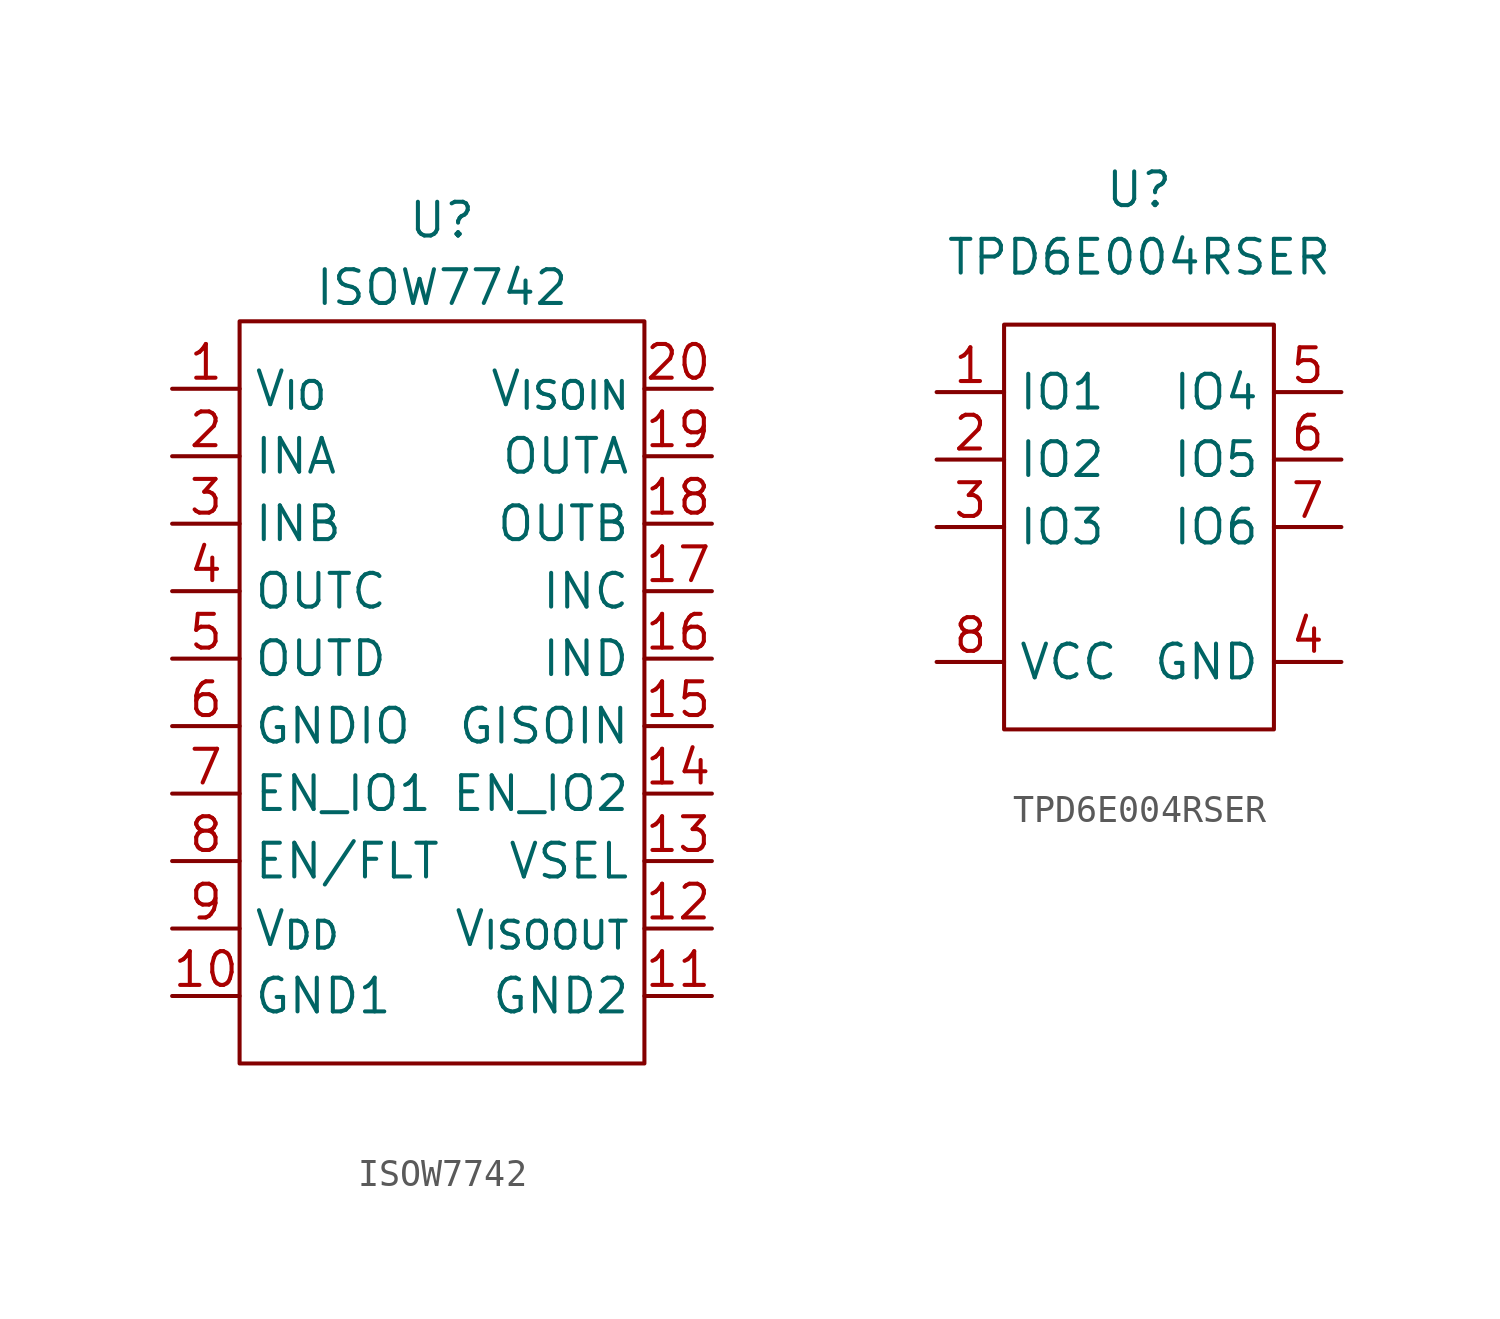
<source format=kicad_sym>
(kicad_symbol_lib
  (version 20211014)
  (generator kicad_symbol_editor)
  (symbol "ISOW7742"
    (property "Reference" "U"
      (at 0 19.05 0)
      (effects (font (size 1.27 1.27))))
    (property "Value" "ISOW7742"
      (at 0 16.51 0)
      (effects (font (size 1.27 1.27))))
    (symbol "ISOW7742_0_1"
      (rectangle (start -7.62 15.24) (end 7.62 -12.7) (stroke (width 0) (type default) (color 0 0 0 0)) (fill (type none))))
    (symbol "ISOW7742_1_1"
      (pin input line (at -10.16 12.7 0) (length 2.54) (name "V_{IO}" (effects (font (size 1.27 1.27)))) (number "1" (effects (font (size 1.27 1.27)))))
      (pin input line (at -10.16 -10.16 0) (length 2.54) (name "GND1" (effects (font (size 1.27 1.27)))) (number "10" (effects (font (size 1.27 1.27)))))
      (pin input line (at 10.16 -10.16 180) (length 2.54) (name "GND2" (effects (font (size 1.27 1.27)))) (number "11" (effects (font (size 1.27 1.27)))))
      (pin input line (at 10.16 -7.62 180) (length 2.54) (name "V_{ISOOUT}" (effects (font (size 1.27 1.27)))) (number "12" (effects (font (size 1.27 1.27)))))
      (pin input line (at 10.16 -5.08 180) (length 2.54) (name "VSEL" (effects (font (size 1.27 1.27)))) (number "13" (effects (font (size 1.27 1.27)))))
      (pin input line (at 10.16 -2.54 180) (length 2.54) (name "EN_IO2" (effects (font (size 1.27 1.27)))) (number "14" (effects (font (size 1.27 1.27)))))
      (pin input line (at 10.16 0 180) (length 2.54) (name "GISOIN" (effects (font (size 1.27 1.27)))) (number "15" (effects (font (size 1.27 1.27)))))
      (pin input line (at 10.16 2.54 180) (length 2.54) (name "IND" (effects (font (size 1.27 1.27)))) (number "16" (effects (font (size 1.27 1.27)))))
      (pin input line (at 10.16 5.08 180) (length 2.54) (name "INC" (effects (font (size 1.27 1.27)))) (number "17" (effects (font (size 1.27 1.27)))))
      (pin input line (at 10.16 7.62 180) (length 2.54) (name "OUTB" (effects (font (size 1.27 1.27)))) (number "18" (effects (font (size 1.27 1.27)))))
      (pin input line (at 10.16 10.16 180) (length 2.54) (name "OUTA" (effects (font (size 1.27 1.27)))) (number "19" (effects (font (size 1.27 1.27)))))
      (pin input line (at -10.16 10.16 0) (length 2.54) (name "INA" (effects (font (size 1.27 1.27)))) (number "2" (effects (font (size 1.27 1.27)))))
      (pin input line (at 10.16 12.7 180) (length 2.54) (name "V_{ISOIN}" (effects (font (size 1.27 1.27)))) (number "20" (effects (font (size 1.27 1.27)))))
      (pin input line (at -10.16 7.62 0) (length 2.54) (name "INB" (effects (font (size 1.27 1.27)))) (number "3" (effects (font (size 1.27 1.27)))))
      (pin input line (at -10.16 5.08 0) (length 2.54) (name "OUTC" (effects (font (size 1.27 1.27)))) (number "4" (effects (font (size 1.27 1.27)))))
      (pin input line (at -10.16 2.54 0) (length 2.54) (name "OUTD" (effects (font (size 1.27 1.27)))) (number "5" (effects (font (size 1.27 1.27)))))
      (pin input line (at -10.16 0 0) (length 2.54) (name "GNDIO" (effects (font (size 1.27 1.27)))) (number "6" (effects (font (size 1.27 1.27)))))
      (pin input line (at -10.16 -2.54 0) (length 2.54) (name "EN_IO1" (effects (font (size 1.27 1.27)))) (number "7" (effects (font (size 1.27 1.27)))))
      (pin input line (at -10.16 -5.08 0) (length 2.54) (name "EN/FLT" (effects (font (size 1.27 1.27)))) (number "8" (effects (font (size 1.27 1.27)))))
      (pin input line (at -10.16 -7.62 0) (length 2.54) (name "V_{DD}" (effects (font (size 1.27 1.27)))) (number "9" (effects (font (size 1.27 1.27)))))))
  (symbol "TPD6E004RSER"
    (property "Reference" "U"
      (at 0 17.78 0)
      (effects (font (size 1.27 1.27))))
    (property "Value" "TPD6E004RSER"
      (at 0 15.24 0)
      (effects (font (size 1.27 1.27))))
    (symbol "TPD6E004RSER_0_1"
      (rectangle (start -5.08 12.7) (end 5.08 -2.54) (stroke (width 0) (type default) (color 0 0 0 0)) (fill (type none))))
    (symbol "TPD6E004RSER_1_1"
      (pin input line (at -7.62 10.16 0) (length 2.54) (name "IO1" (effects (font (size 1.27 1.27)))) (number "1" (effects (font (size 1.27 1.27)))))
      (pin input line (at -7.62 7.62 0) (length 2.54) (name "IO2" (effects (font (size 1.27 1.27)))) (number "2" (effects (font (size 1.27 1.27)))))
      (pin input line (at -7.62 5.08 0) (length 2.54) (name "IO3" (effects (font (size 1.27 1.27)))) (number "3" (effects (font (size 1.27 1.27)))))
      (pin input line (at 7.62 0 180) (length 2.54) (name "GND" (effects (font (size 1.27 1.27)))) (number "4" (effects (font (size 1.27 1.27)))))
      (pin input line (at 7.62 10.16 180) (length 2.54) (name "IO4" (effects (font (size 1.27 1.27)))) (number "5" (effects (font (size 1.27 1.27)))))
      (pin input line (at 7.62 7.62 180) (length 2.54) (name "IO5" (effects (font (size 1.27 1.27)))) (number "6" (effects (font (size 1.27 1.27)))))
      (pin input line (at 7.62 5.08 180) (length 2.54) (name "IO6" (effects (font (size 1.27 1.27)))) (number "7" (effects (font (size 1.27 1.27)))))
      (pin input line (at -7.62 0 0) (length 2.54) (name "VCC" (effects (font (size 1.27 1.27)))) (number "8" (effects (font (size 1.27 1.27))))))))
</source>
